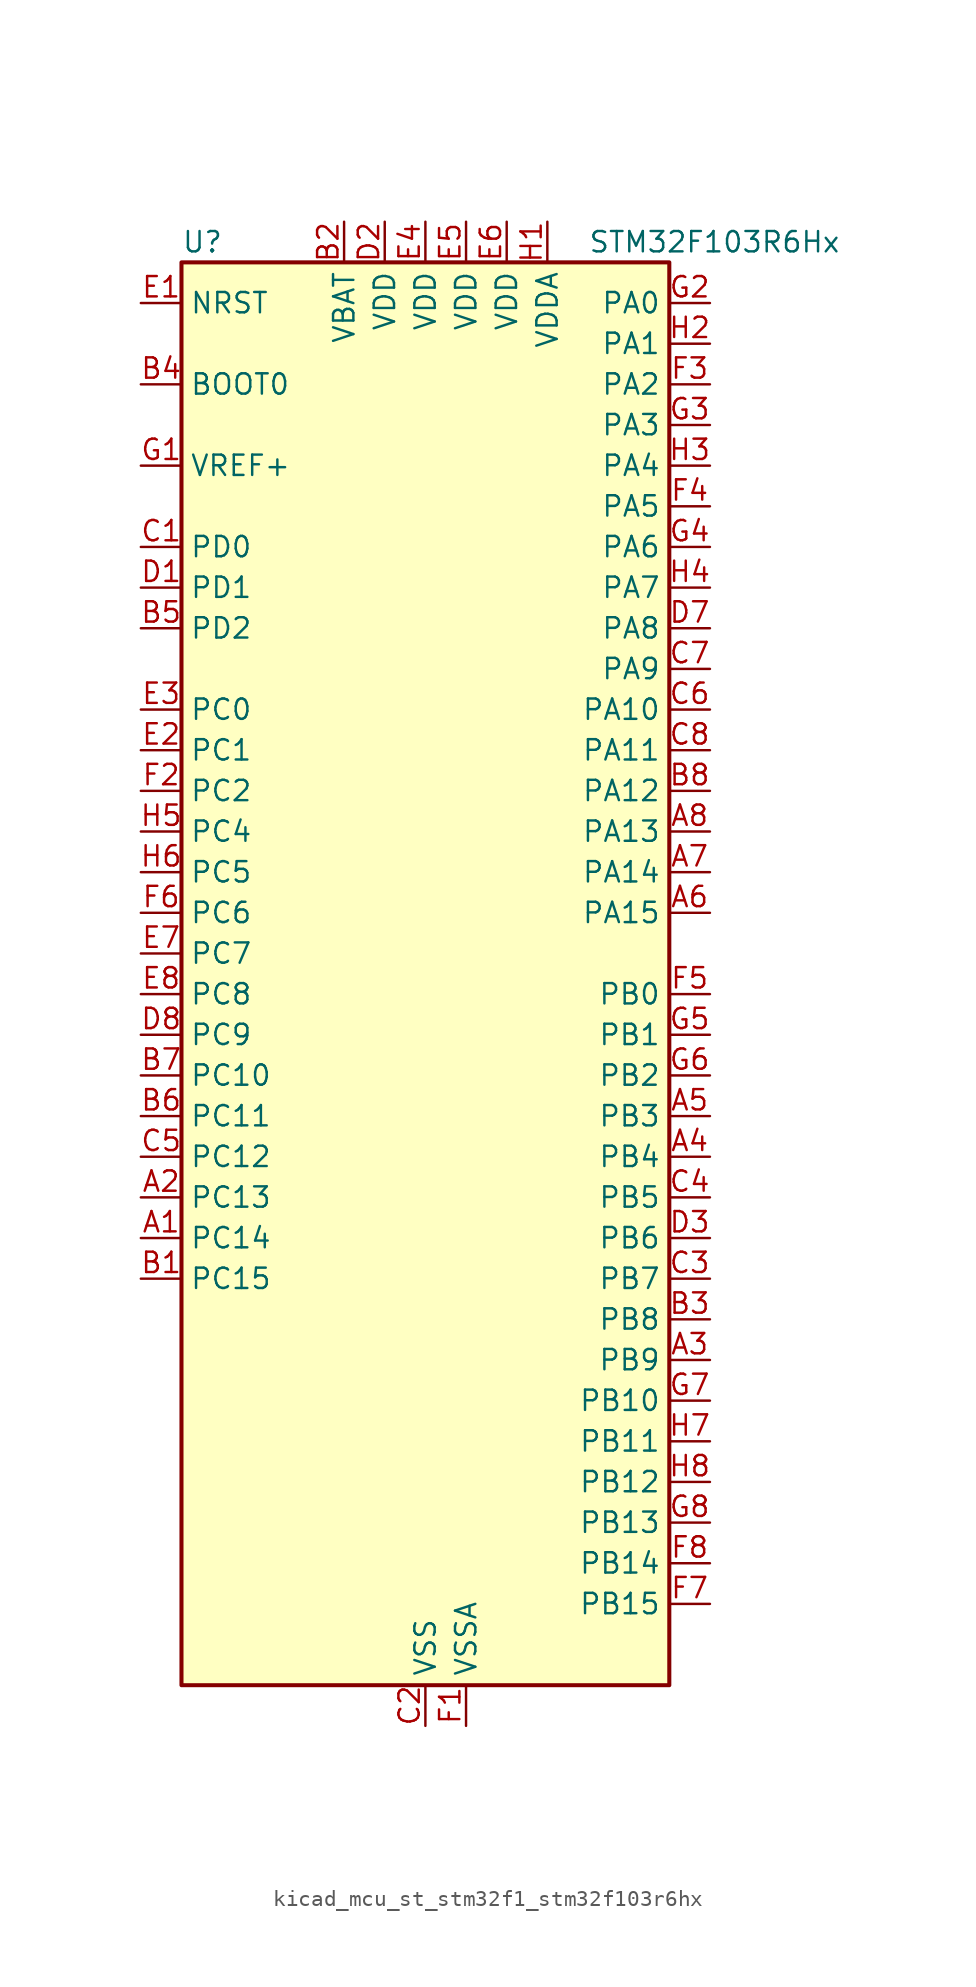
<source format=kicad_sym>
(kicad_symbol_lib
  (version 20220914)
  (generator kicad_symbol_editor)
  (symbol "kicad_mcu_st_stm32f1_stm32f103r6hx"
    (property "Reference" "U"
      (at -15.24 46.99 0)
      (effects (font (size 1.27 1.27)) (justify left)))
    (property "Value" "STM32F103R6Hx"
      (at 10.16 46.99 0)
      (effects (font (size 1.27 1.27)) (justify left)))
    (property "ki_locked" ""
      (at 0 0 0)
      (effects (font (size 1.27 1.27))))
    (symbol "kicad_mcu_st_stm32f1_stm32f103r6hx_0_1"
      (rectangle (start -15.24 -43.18) (end 15.24 45.72) (stroke (width 0.254) (type default)) (fill (type background))))
    (symbol "kicad_mcu_st_stm32f1_stm32f103r6hx_1_1"
      (pin bidirectional line (at -17.78 -15.24 0) (length 2.54) (name "PC14" (effects (font (size 1.27 1.27)))) (number "A1" (effects (font (size 1.27 1.27)))) (alternate "RCC_OSC32_IN" bidirectional line))
      (pin bidirectional line (at -17.78 -12.7 0) (length 2.54) (name "PC13" (effects (font (size 1.27 1.27)))) (number "A2" (effects (font (size 1.27 1.27)))) (alternate "RTC_OUT" bidirectional line) (alternate "RTC_TAMPER" bidirectional line))
      (pin bidirectional line (at 17.78 -22.86 180) (length 2.54) (name "PB9" (effects (font (size 1.27 1.27)))) (number "A3" (effects (font (size 1.27 1.27)))) (alternate "CAN_TX" bidirectional line) (alternate "I2C1_SDA" bidirectional line))
      (pin bidirectional line (at 17.78 -10.16 180) (length 2.54) (name "PB4" (effects (font (size 1.27 1.27)))) (number "A4" (effects (font (size 1.27 1.27)))) (alternate "SPI1_MISO" bidirectional line) (alternate "SYS_NJTRST" bidirectional line) (alternate "TIM3_CH1" bidirectional line))
      (pin bidirectional line (at 17.78 -7.62 180) (length 2.54) (name "PB3" (effects (font (size 1.27 1.27)))) (number "A5" (effects (font (size 1.27 1.27)))) (alternate "SPI1_SCK" bidirectional line) (alternate "SYS_JTDO-TRACESWO" bidirectional line) (alternate "TIM2_CH2" bidirectional line))
      (pin bidirectional line (at 17.78 5.08 180) (length 2.54) (name "PA15" (effects (font (size 1.27 1.27)))) (number "A6" (effects (font (size 1.27 1.27)))) (alternate "ADC1_EXTI15" bidirectional line) (alternate "ADC2_EXTI15" bidirectional line) (alternate "SPI1_NSS" bidirectional line) (alternate "SYS_JTDI" bidirectional line) (alternate "TIM2_CH1" bidirectional line) (alternate "TIM2_ETR" bidirectional line))
      (pin bidirectional line (at 17.78 7.62 180) (length 2.54) (name "PA14" (effects (font (size 1.27 1.27)))) (number "A7" (effects (font (size 1.27 1.27)))) (alternate "SYS_JTCK-SWCLK" bidirectional line))
      (pin bidirectional line (at 17.78 10.16 180) (length 2.54) (name "PA13" (effects (font (size 1.27 1.27)))) (number "A8" (effects (font (size 1.27 1.27)))) (alternate "SYS_JTMS-SWDIO" bidirectional line))
      (pin bidirectional line (at -17.78 -17.78 0) (length 2.54) (name "PC15" (effects (font (size 1.27 1.27)))) (number "B1" (effects (font (size 1.27 1.27)))) (alternate "ADC1_EXTI15" bidirectional line) (alternate "ADC2_EXTI15" bidirectional line) (alternate "RCC_OSC32_OUT" bidirectional line))
      (pin power_in line (at -5.08 48.26 270) (length 2.54) (name "VBAT" (effects (font (size 1.27 1.27)))) (number "B2" (effects (font (size 1.27 1.27)))))
      (pin bidirectional line (at 17.78 -20.32 180) (length 2.54) (name "PB8" (effects (font (size 1.27 1.27)))) (number "B3" (effects (font (size 1.27 1.27)))) (alternate "CAN_RX" bidirectional line) (alternate "I2C1_SCL" bidirectional line))
      (pin input line (at -17.78 38.1 0) (length 2.54) (name "BOOT0" (effects (font (size 1.27 1.27)))) (number "B4" (effects (font (size 1.27 1.27)))))
      (pin bidirectional line (at -17.78 22.86 0) (length 2.54) (name "PD2" (effects (font (size 1.27 1.27)))) (number "B5" (effects (font (size 1.27 1.27)))) (alternate "TIM3_ETR" bidirectional line))
      (pin bidirectional line (at -17.78 -7.62 0) (length 2.54) (name "PC11" (effects (font (size 1.27 1.27)))) (number "B6" (effects (font (size 1.27 1.27)))) (alternate "ADC1_EXTI11" bidirectional line) (alternate "ADC2_EXTI11" bidirectional line))
      (pin bidirectional line (at -17.78 -5.08 0) (length 2.54) (name "PC10" (effects (font (size 1.27 1.27)))) (number "B7" (effects (font (size 1.27 1.27)))))
      (pin bidirectional line (at 17.78 12.7 180) (length 2.54) (name "PA12" (effects (font (size 1.27 1.27)))) (number "B8" (effects (font (size 1.27 1.27)))) (alternate "CAN_TX" bidirectional line) (alternate "TIM1_ETR" bidirectional line) (alternate "USART1_RTS" bidirectional line) (alternate "USB_DP" bidirectional line))
      (pin bidirectional line (at -17.78 27.94 0) (length 2.54) (name "PD0" (effects (font (size 1.27 1.27)))) (number "C1" (effects (font (size 1.27 1.27)))) (alternate "RCC_OSC_IN" bidirectional line))
      (pin power_in line (at 0 -45.72 90) (length 2.54) (name "VSS" (effects (font (size 1.27 1.27)))) (number "C2" (effects (font (size 1.27 1.27)))))
      (pin bidirectional line (at 17.78 -17.78 180) (length 2.54) (name "PB7" (effects (font (size 1.27 1.27)))) (number "C3" (effects (font (size 1.27 1.27)))) (alternate "I2C1_SDA" bidirectional line) (alternate "USART1_RX" bidirectional line))
      (pin bidirectional line (at 17.78 -12.7 180) (length 2.54) (name "PB5" (effects (font (size 1.27 1.27)))) (number "C4" (effects (font (size 1.27 1.27)))) (alternate "I2C1_SMBA" bidirectional line) (alternate "SPI1_MOSI" bidirectional line) (alternate "TIM3_CH2" bidirectional line))
      (pin bidirectional line (at -17.78 -10.16 0) (length 2.54) (name "PC12" (effects (font (size 1.27 1.27)))) (number "C5" (effects (font (size 1.27 1.27)))))
      (pin bidirectional line (at 17.78 17.78 180) (length 2.54) (name "PA10" (effects (font (size 1.27 1.27)))) (number "C6" (effects (font (size 1.27 1.27)))) (alternate "TIM1_CH3" bidirectional line) (alternate "USART1_RX" bidirectional line))
      (pin bidirectional line (at 17.78 20.32 180) (length 2.54) (name "PA9" (effects (font (size 1.27 1.27)))) (number "C7" (effects (font (size 1.27 1.27)))) (alternate "TIM1_CH2" bidirectional line) (alternate "USART1_TX" bidirectional line))
      (pin bidirectional line (at 17.78 15.24 180) (length 2.54) (name "PA11" (effects (font (size 1.27 1.27)))) (number "C8" (effects (font (size 1.27 1.27)))) (alternate "ADC1_EXTI11" bidirectional line) (alternate "ADC2_EXTI11" bidirectional line) (alternate "CAN_RX" bidirectional line) (alternate "TIM1_CH4" bidirectional line) (alternate "USART1_CTS" bidirectional line) (alternate "USB_DM" bidirectional line))
      (pin bidirectional line (at -17.78 25.4 0) (length 2.54) (name "PD1" (effects (font (size 1.27 1.27)))) (number "D1" (effects (font (size 1.27 1.27)))) (alternate "RCC_OSC_OUT" bidirectional line))
      (pin power_in line (at -2.54 48.26 270) (length 2.54) (name "VDD" (effects (font (size 1.27 1.27)))) (number "D2" (effects (font (size 1.27 1.27)))))
      (pin bidirectional line (at 17.78 -15.24 180) (length 2.54) (name "PB6" (effects (font (size 1.27 1.27)))) (number "D3" (effects (font (size 1.27 1.27)))) (alternate "I2C1_SCL" bidirectional line) (alternate "USART1_TX" bidirectional line))
      (pin passive line (at 0 -45.72 90) (length 2.54) hide (name "VSS" (effects (font (size 1.27 1.27)))) (number "D4" (effects (font (size 1.27 1.27)))))
      (pin passive line (at 0 -45.72 90) (length 2.54) hide (name "VSS" (effects (font (size 1.27 1.27)))) (number "D5" (effects (font (size 1.27 1.27)))))
      (pin passive line (at 0 -45.72 90) (length 2.54) hide (name "VSS" (effects (font (size 1.27 1.27)))) (number "D6" (effects (font (size 1.27 1.27)))))
      (pin bidirectional line (at 17.78 22.86 180) (length 2.54) (name "PA8" (effects (font (size 1.27 1.27)))) (number "D7" (effects (font (size 1.27 1.27)))) (alternate "RCC_MCO" bidirectional line) (alternate "TIM1_CH1" bidirectional line) (alternate "USART1_CK" bidirectional line))
      (pin bidirectional line (at -17.78 -2.54 0) (length 2.54) (name "PC9" (effects (font (size 1.27 1.27)))) (number "D8" (effects (font (size 1.27 1.27)))) (alternate "TIM3_CH4" bidirectional line))
      (pin input line (at -17.78 43.18 0) (length 2.54) (name "NRST" (effects (font (size 1.27 1.27)))) (number "E1" (effects (font (size 1.27 1.27)))))
      (pin bidirectional line (at -17.78 15.24 0) (length 2.54) (name "PC1" (effects (font (size 1.27 1.27)))) (number "E2" (effects (font (size 1.27 1.27)))) (alternate "ADC1_IN11" bidirectional line) (alternate "ADC2_IN11" bidirectional line))
      (pin bidirectional line (at -17.78 17.78 0) (length 2.54) (name "PC0" (effects (font (size 1.27 1.27)))) (number "E3" (effects (font (size 1.27 1.27)))) (alternate "ADC1_IN10" bidirectional line) (alternate "ADC2_IN10" bidirectional line))
      (pin power_in line (at 0 48.26 270) (length 2.54) (name "VDD" (effects (font (size 1.27 1.27)))) (number "E4" (effects (font (size 1.27 1.27)))))
      (pin power_in line (at 2.54 48.26 270) (length 2.54) (name "VDD" (effects (font (size 1.27 1.27)))) (number "E5" (effects (font (size 1.27 1.27)))))
      (pin power_in line (at 5.08 48.26 270) (length 2.54) (name "VDD" (effects (font (size 1.27 1.27)))) (number "E6" (effects (font (size 1.27 1.27)))))
      (pin bidirectional line (at -17.78 2.54 0) (length 2.54) (name "PC7" (effects (font (size 1.27 1.27)))) (number "E7" (effects (font (size 1.27 1.27)))) (alternate "TIM3_CH2" bidirectional line))
      (pin bidirectional line (at -17.78 0 0) (length 2.54) (name "PC8" (effects (font (size 1.27 1.27)))) (number "E8" (effects (font (size 1.27 1.27)))) (alternate "TIM3_CH3" bidirectional line))
      (pin power_in line (at 2.54 -45.72 90) (length 2.54) (name "VSSA" (effects (font (size 1.27 1.27)))) (number "F1" (effects (font (size 1.27 1.27)))))
      (pin bidirectional line (at -17.78 12.7 0) (length 2.54) (name "PC2" (effects (font (size 1.27 1.27)))) (number "F2" (effects (font (size 1.27 1.27)))) (alternate "ADC1_IN12" bidirectional line) (alternate "ADC2_IN12" bidirectional line))
      (pin bidirectional line (at 17.78 38.1 180) (length 2.54) (name "PA2" (effects (font (size 1.27 1.27)))) (number "F3" (effects (font (size 1.27 1.27)))) (alternate "ADC1_IN2" bidirectional line) (alternate "ADC2_IN2" bidirectional line) (alternate "TIM2_CH3" bidirectional line) (alternate "USART2_TX" bidirectional line))
      (pin bidirectional line (at 17.78 30.48 180) (length 2.54) (name "PA5" (effects (font (size 1.27 1.27)))) (number "F4" (effects (font (size 1.27 1.27)))) (alternate "ADC1_IN5" bidirectional line) (alternate "ADC2_IN5" bidirectional line) (alternate "SPI1_SCK" bidirectional line))
      (pin bidirectional line (at 17.78 0 180) (length 2.54) (name "PB0" (effects (font (size 1.27 1.27)))) (number "F5" (effects (font (size 1.27 1.27)))) (alternate "ADC1_IN8" bidirectional line) (alternate "ADC2_IN8" bidirectional line) (alternate "TIM1_CH2N" bidirectional line) (alternate "TIM3_CH3" bidirectional line))
      (pin bidirectional line (at -17.78 5.08 0) (length 2.54) (name "PC6" (effects (font (size 1.27 1.27)))) (number "F6" (effects (font (size 1.27 1.27)))) (alternate "TIM3_CH1" bidirectional line))
      (pin bidirectional line (at 17.78 -38.1 180) (length 2.54) (name "PB15" (effects (font (size 1.27 1.27)))) (number "F7" (effects (font (size 1.27 1.27)))) (alternate "ADC1_EXTI15" bidirectional line) (alternate "ADC2_EXTI15" bidirectional line) (alternate "TIM1_CH3N" bidirectional line))
      (pin bidirectional line (at 17.78 -35.56 180) (length 2.54) (name "PB14" (effects (font (size 1.27 1.27)))) (number "F8" (effects (font (size 1.27 1.27)))) (alternate "TIM1_CH2N" bidirectional line))
      (pin input line (at -17.78 33.02 0) (length 2.54) (name "VREF+" (effects (font (size 1.27 1.27)))) (number "G1" (effects (font (size 1.27 1.27)))))
      (pin bidirectional line (at 17.78 43.18 180) (length 2.54) (name "PA0" (effects (font (size 1.27 1.27)))) (number "G2" (effects (font (size 1.27 1.27)))) (alternate "ADC1_IN0" bidirectional line) (alternate "ADC2_IN0" bidirectional line) (alternate "SYS_WKUP" bidirectional line) (alternate "TIM2_CH1" bidirectional line) (alternate "TIM2_ETR" bidirectional line) (alternate "USART2_CTS" bidirectional line))
      (pin bidirectional line (at 17.78 35.56 180) (length 2.54) (name "PA3" (effects (font (size 1.27 1.27)))) (number "G3" (effects (font (size 1.27 1.27)))) (alternate "ADC1_IN3" bidirectional line) (alternate "ADC2_IN3" bidirectional line) (alternate "TIM2_CH4" bidirectional line) (alternate "USART2_RX" bidirectional line))
      (pin bidirectional line (at 17.78 27.94 180) (length 2.54) (name "PA6" (effects (font (size 1.27 1.27)))) (number "G4" (effects (font (size 1.27 1.27)))) (alternate "ADC1_IN6" bidirectional line) (alternate "ADC2_IN6" bidirectional line) (alternate "SPI1_MISO" bidirectional line) (alternate "TIM1_BKIN" bidirectional line) (alternate "TIM3_CH1" bidirectional line))
      (pin bidirectional line (at 17.78 -2.54 180) (length 2.54) (name "PB1" (effects (font (size 1.27 1.27)))) (number "G5" (effects (font (size 1.27 1.27)))) (alternate "ADC1_IN9" bidirectional line) (alternate "ADC2_IN9" bidirectional line) (alternate "TIM1_CH3N" bidirectional line) (alternate "TIM3_CH4" bidirectional line))
      (pin bidirectional line (at 17.78 -5.08 180) (length 2.54) (name "PB2" (effects (font (size 1.27 1.27)))) (number "G6" (effects (font (size 1.27 1.27)))))
      (pin bidirectional line (at 17.78 -25.4 180) (length 2.54) (name "PB10" (effects (font (size 1.27 1.27)))) (number "G7" (effects (font (size 1.27 1.27)))) (alternate "TIM2_CH3" bidirectional line))
      (pin bidirectional line (at 17.78 -33.02 180) (length 2.54) (name "PB13" (effects (font (size 1.27 1.27)))) (number "G8" (effects (font (size 1.27 1.27)))) (alternate "TIM1_CH1N" bidirectional line))
      (pin power_in line (at 7.62 48.26 270) (length 2.54) (name "VDDA" (effects (font (size 1.27 1.27)))) (number "H1" (effects (font (size 1.27 1.27)))))
      (pin bidirectional line (at 17.78 40.64 180) (length 2.54) (name "PA1" (effects (font (size 1.27 1.27)))) (number "H2" (effects (font (size 1.27 1.27)))) (alternate "ADC1_IN1" bidirectional line) (alternate "ADC2_IN1" bidirectional line) (alternate "TIM2_CH2" bidirectional line) (alternate "USART2_RTS" bidirectional line))
      (pin bidirectional line (at 17.78 33.02 180) (length 2.54) (name "PA4" (effects (font (size 1.27 1.27)))) (number "H3" (effects (font (size 1.27 1.27)))) (alternate "ADC1_IN4" bidirectional line) (alternate "ADC2_IN4" bidirectional line) (alternate "SPI1_NSS" bidirectional line) (alternate "USART2_CK" bidirectional line))
      (pin bidirectional line (at 17.78 25.4 180) (length 2.54) (name "PA7" (effects (font (size 1.27 1.27)))) (number "H4" (effects (font (size 1.27 1.27)))) (alternate "ADC1_IN7" bidirectional line) (alternate "ADC2_IN7" bidirectional line) (alternate "SPI1_MOSI" bidirectional line) (alternate "TIM1_CH1N" bidirectional line) (alternate "TIM3_CH2" bidirectional line))
      (pin bidirectional line (at -17.78 10.16 0) (length 2.54) (name "PC4" (effects (font (size 1.27 1.27)))) (number "H5" (effects (font (size 1.27 1.27)))) (alternate "ADC1_IN14" bidirectional line) (alternate "ADC2_IN14" bidirectional line))
      (pin bidirectional line (at -17.78 7.62 0) (length 2.54) (name "PC5" (effects (font (size 1.27 1.27)))) (number "H6" (effects (font (size 1.27 1.27)))) (alternate "ADC1_IN15" bidirectional line) (alternate "ADC2_IN15" bidirectional line))
      (pin bidirectional line (at 17.78 -27.94 180) (length 2.54) (name "PB11" (effects (font (size 1.27 1.27)))) (number "H7" (effects (font (size 1.27 1.27)))) (alternate "ADC1_EXTI11" bidirectional line) (alternate "ADC2_EXTI11" bidirectional line) (alternate "TIM2_CH4" bidirectional line))
      (pin bidirectional line (at 17.78 -30.48 180) (length 2.54) (name "PB12" (effects (font (size 1.27 1.27)))) (number "H8" (effects (font (size 1.27 1.27)))) (alternate "TIM1_BKIN" bidirectional line)))))
</source>
